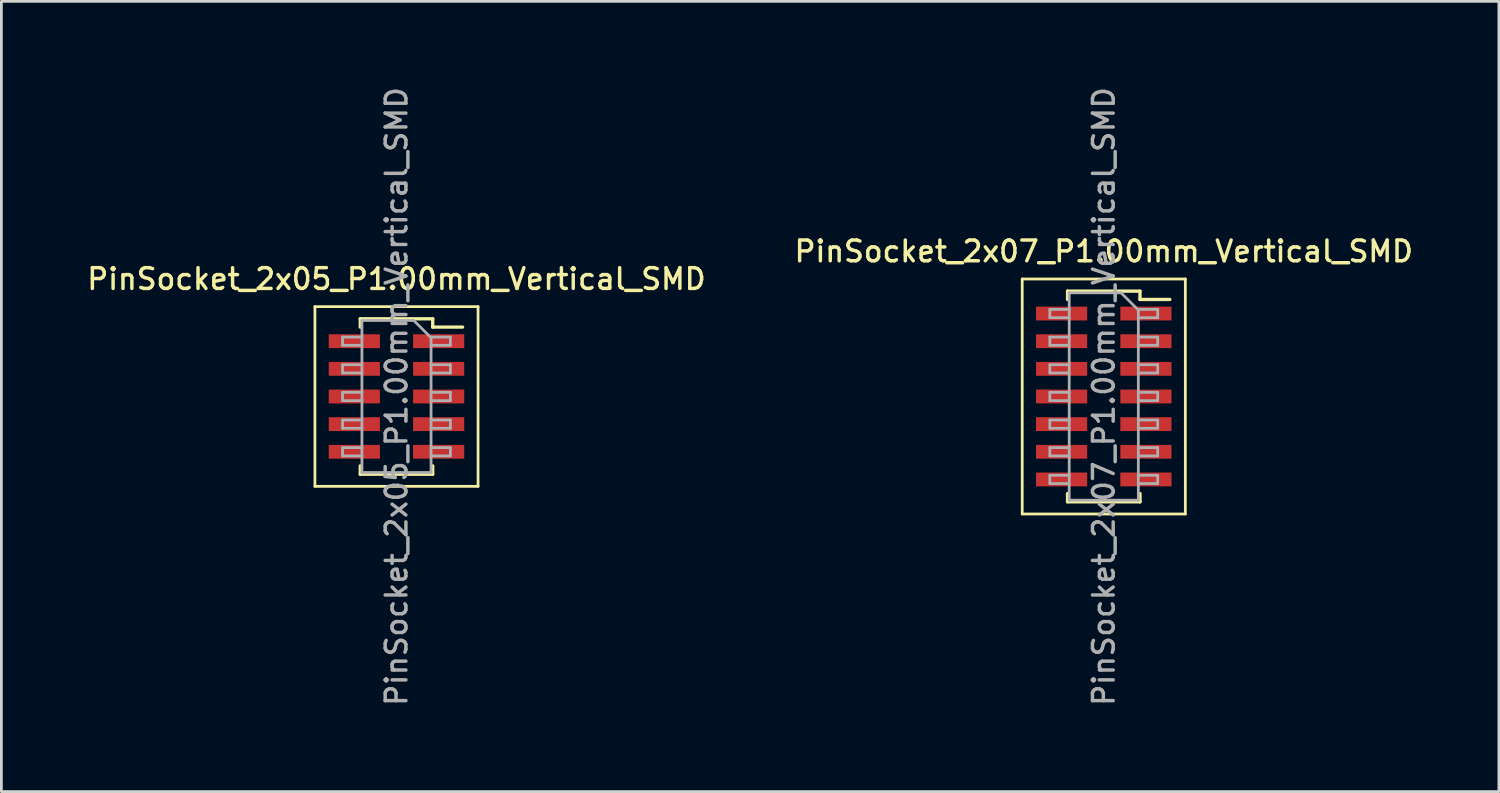
<source format=kicad_pcb>
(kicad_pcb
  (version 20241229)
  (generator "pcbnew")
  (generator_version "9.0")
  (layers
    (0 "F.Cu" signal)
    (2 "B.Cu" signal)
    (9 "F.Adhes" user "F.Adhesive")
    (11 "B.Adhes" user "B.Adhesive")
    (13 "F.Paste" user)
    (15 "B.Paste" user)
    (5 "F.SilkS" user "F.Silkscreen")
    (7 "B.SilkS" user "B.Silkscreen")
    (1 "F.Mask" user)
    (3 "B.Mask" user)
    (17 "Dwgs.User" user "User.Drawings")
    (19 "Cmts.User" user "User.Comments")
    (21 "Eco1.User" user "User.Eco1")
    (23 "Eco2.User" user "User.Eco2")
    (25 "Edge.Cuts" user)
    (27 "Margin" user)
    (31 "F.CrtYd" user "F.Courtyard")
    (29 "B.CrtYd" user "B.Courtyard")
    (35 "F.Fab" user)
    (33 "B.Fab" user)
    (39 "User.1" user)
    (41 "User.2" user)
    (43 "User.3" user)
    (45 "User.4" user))
  (footprint "PinSocket_2x07_P1.00mm_Vertical_SMD"
    (layer "F.Cu")
    (at 36.873 11.291)
    (property "Reference" "PinSocket_2x07_P1.00mm_Vertical_SMD" (at 0 -5.25 0) (layer "F.SilkS") (effects (font (size 0.75 0.75) (thickness 0.125))))
    (attr smd)
    (fp_line (start -2.95 -4.25) (end 2.95 -4.25) (stroke (width 0.1) (type solid)) (layer "F.SilkS"))
    (fp_line (start -2.95 4.25) (end -2.95 -4.25) (stroke (width 0.1) (type solid)) (layer "F.SilkS"))
    (fp_line (start -1.31 -3.81) (end -1.31 -3.51) (stroke (width 0.12) (type solid)) (layer "F.SilkS"))
    (fp_line (start -1.31 -3.81) (end 1.31 -3.81) (stroke (width 0.12) (type solid)) (layer "F.SilkS"))
    (fp_line (start -1.31 3.51) (end -1.31 3.81) (stroke (width 0.12) (type solid)) (layer "F.SilkS"))
    (fp_line (start -1.31 3.81) (end 1.31 3.81) (stroke (width 0.12) (type solid)) (layer "F.SilkS"))
    (fp_line (start 1.31 -3.81) (end 1.31 -3.51) (stroke (width 0.12) (type solid)) (layer "F.SilkS"))
    (fp_line (start 1.31 -3.51) (end 2.39 -3.51) (stroke (width 0.12) (type solid)) (layer "F.SilkS"))
    (fp_line (start 1.31 3.51) (end 1.31 3.81) (stroke (width 0.12) (type solid)) (layer "F.SilkS"))
    (fp_line (start 2.95 -4.25) (end 2.95 4.25) (stroke (width 0.1) (type solid)) (layer "F.SilkS"))
    (fp_line (start 2.95 4.25) (end -2.95 4.25) (stroke (width 0.1) (type solid)) (layer "F.SilkS"))
    (fp_line (start -1.95 -3.15) (end -1.25 -3.15) (stroke (width 0.1) (type solid)) (layer "F.Fab"))
    (fp_line (start -1.95 -2.85) (end -1.95 -3.15) (stroke (width 0.1) (type solid)) (layer "F.Fab"))
    (fp_line (start -1.95 -2.15) (end -1.25 -2.15) (stroke (width 0.1) (type solid)) (layer "F.Fab"))
    (fp_line (start -1.95 -1.85) (end -1.95 -2.15) (stroke (width 0.1) (type solid)) (layer "F.Fab"))
    (fp_line (start -1.95 -1.15) (end -1.25 -1.15) (stroke (width 0.1) (type solid)) (layer "F.Fab"))
    (fp_line (start -1.95 -0.85) (end -1.95 -1.15) (stroke (width 0.1) (type solid)) (layer "F.Fab"))
    (fp_line (start -1.95 -0.15) (end -1.25 -0.15) (stroke (width 0.1) (type solid)) (layer "F.Fab"))
    (fp_line (start -1.95 0.15) (end -1.95 -0.15) (stroke (width 0.1) (type solid)) (layer "F.Fab"))
    (fp_line (start -1.95 0.85) (end -1.25 0.85) (stroke (width 0.1) (type solid)) (layer "F.Fab"))
    (fp_line (start -1.95 1.15) (end -1.95 0.85) (stroke (width 0.1) (type solid)) (layer "F.Fab"))
    (fp_line (start -1.95 1.85) (end -1.25 1.85) (stroke (width 0.1) (type solid)) (layer "F.Fab"))
    (fp_line (start -1.95 2.15) (end -1.95 1.85) (stroke (width 0.1) (type solid)) (layer "F.Fab"))
    (fp_line (start -1.95 2.85) (end -1.25 2.85) (stroke (width 0.1) (type solid)) (layer "F.Fab"))
    (fp_line (start -1.95 3.15) (end -1.95 2.85) (stroke (width 0.1) (type solid)) (layer "F.Fab"))
    (fp_line (start -1.25 -3.75) (end 0.625 -3.75) (stroke (width 0.1) (type solid)) (layer "F.Fab"))
    (fp_line (start -1.25 -2.85) (end -1.95 -2.85) (stroke (width 0.1) (type solid)) (layer "F.Fab"))
    (fp_line (start -1.25 -1.85) (end -1.95 -1.85) (stroke (width 0.1) (type solid)) (layer "F.Fab"))
    (fp_line (start -1.25 -0.85) (end -1.95 -0.85) (stroke (width 0.1) (type solid)) (layer "F.Fab"))
    (fp_line (start -1.25 0.15) (end -1.95 0.15) (stroke (width 0.1) (type solid)) (layer "F.Fab"))
    (fp_line (start -1.25 1.15) (end -1.95 1.15) (stroke (width 0.1) (type solid)) (layer "F.Fab"))
    (fp_line (start -1.25 2.15) (end -1.95 2.15) (stroke (width 0.1) (type solid)) (layer "F.Fab"))
    (fp_line (start -1.25 3.15) (end -1.95 3.15) (stroke (width 0.1) (type solid)) (layer "F.Fab"))
    (fp_line (start -1.25 3.75) (end -1.25 -3.75) (stroke (width 0.1) (type solid)) (layer "F.Fab"))
    (fp_line (start 0.625 -3.75) (end 1.25 -3.125) (stroke (width 0.1) (type solid)) (layer "F.Fab"))
    (fp_line (start 1.25 -3.15) (end 1.95 -3.15) (stroke (width 0.1) (type solid)) (layer "F.Fab"))
    (fp_line (start 1.25 -3.125) (end 1.25 3.75) (stroke (width 0.1) (type solid)) (layer "F.Fab"))
    (fp_line (start 1.25 -2.15) (end 1.95 -2.15) (stroke (width 0.1) (type solid)) (layer "F.Fab"))
    (fp_line (start 1.25 -1.15) (end 1.95 -1.15) (stroke (width 0.1) (type solid)) (layer "F.Fab"))
    (fp_line (start 1.25 -0.15) (end 1.95 -0.15) (stroke (width 0.1) (type solid)) (layer "F.Fab"))
    (fp_line (start 1.25 0.85) (end 1.95 0.85) (stroke (width 0.1) (type solid)) (layer "F.Fab"))
    (fp_line (start 1.25 1.85) (end 1.95 1.85) (stroke (width 0.1) (type solid)) (layer "F.Fab"))
    (fp_line (start 1.25 2.85) (end 1.95 2.85) (stroke (width 0.1) (type solid)) (layer "F.Fab"))
    (fp_line (start 1.25 3.75) (end -1.25 3.75) (stroke (width 0.1) (type solid)) (layer "F.Fab"))
    (fp_line (start 1.95 -3.15) (end 1.95 -2.85) (stroke (width 0.1) (type solid)) (layer "F.Fab"))
    (fp_line (start 1.95 -2.85) (end 1.25 -2.85) (stroke (width 0.1) (type solid)) (layer "F.Fab"))
    (fp_line (start 1.95 -2.15) (end 1.95 -1.85) (stroke (width 0.1) (type solid)) (layer "F.Fab"))
    (fp_line (start 1.95 -1.85) (end 1.25 -1.85) (stroke (width 0.1) (type solid)) (layer "F.Fab"))
    (fp_line (start 1.95 -1.15) (end 1.95 -0.85) (stroke (width 0.1) (type solid)) (layer "F.Fab"))
    (fp_line (start 1.95 -0.85) (end 1.25 -0.85) (stroke (width 0.1) (type solid)) (layer "F.Fab"))
    (fp_line (start 1.95 -0.15) (end 1.95 0.15) (stroke (width 0.1) (type solid)) (layer "F.Fab"))
    (fp_line (start 1.95 0.15) (end 1.25 0.15) (stroke (width 0.1) (type solid)) (layer "F.Fab"))
    (fp_line (start 1.95 0.85) (end 1.95 1.15) (stroke (width 0.1) (type solid)) (layer "F.Fab"))
    (fp_line (start 1.95 1.15) (end 1.25 1.15) (stroke (width 0.1) (type solid)) (layer "F.Fab"))
    (fp_line (start 1.95 1.85) (end 1.95 2.15) (stroke (width 0.1) (type solid)) (layer "F.Fab"))
    (fp_line (start 1.95 2.15) (end 1.25 2.15) (stroke (width 0.1) (type solid)) (layer "F.Fab"))
    (fp_line (start 1.95 2.85) (end 1.95 3.15) (stroke (width 0.1) (type solid)) (layer "F.Fab"))
    (fp_line (start 1.95 3.15) (end 1.25 3.15) (stroke (width 0.1) (type solid)) (layer "F.Fab"))
    (fp_text user "${REFERENCE}" (at 0 0 90) (layer "F.Fab") (effects (font (size 0.75 0.75) (thickness 0.125))))
    (pad "1" smd rect (at 1.525 -3) (size 1.85 0.5) (layers "F.Cu" "F.Mask" "F.Paste"))
    (pad "2" smd rect (at -1.525 -3) (size 1.85 0.5) (layers "F.Cu" "F.Mask" "F.Paste"))
    (pad "3" smd rect (at 1.525 -2) (size 1.85 0.5) (layers "F.Cu" "F.Mask" "F.Paste"))
    (pad "4" smd rect (at -1.525 -2) (size 1.85 0.5) (layers "F.Cu" "F.Mask" "F.Paste"))
    (pad "5" smd rect (at 1.525 -1) (size 1.85 0.5) (layers "F.Cu" "F.Mask" "F.Paste"))
    (pad "6" smd rect (at -1.525 -1) (size 1.85 0.5) (layers "F.Cu" "F.Mask" "F.Paste"))
    (pad "7" smd rect (at 1.525 0) (size 1.85 0.5) (layers "F.Cu" "F.Mask" "F.Paste"))
    (pad "8" smd rect (at -1.525 0) (size 1.85 0.5) (layers "F.Cu" "F.Mask" "F.Paste"))
    (pad "9" smd rect (at 1.525 1) (size 1.85 0.5) (layers "F.Cu" "F.Mask" "F.Paste"))
    (pad "10" smd rect (at -1.525 1) (size 1.85 0.5) (layers "F.Cu" "F.Mask" "F.Paste"))
    (pad "11" smd rect (at 1.525 2) (size 1.85 0.5) (layers "F.Cu" "F.Mask" "F.Paste"))
    (pad "12" smd rect (at -1.525 2) (size 1.85 0.5) (layers "F.Cu" "F.Mask" "F.Paste"))
    (pad "13" smd rect (at 1.525 3) (size 1.85 0.5) (layers "F.Cu" "F.Mask" "F.Paste"))
    (pad "14" smd rect (at -1.525 3) (size 1.85 0.5) (layers "F.Cu" "F.Mask" "F.Paste")))
  (footprint "PinSocket_2x05_P1.00mm_Vertical_SMD"
    (layer "F.Cu")
    (at 11.291 11.291)
    (property "Reference" "PinSocket_2x05_P1.00mm_Vertical_SMD" (at 0 -4.25 0) (layer "F.SilkS") (effects (font (size 0.75 0.75) (thickness 0.125))))
    (attr smd)
    (fp_line (start -2.95 -3.25) (end 2.95 -3.25) (stroke (width 0.1) (type solid)) (layer "F.SilkS"))
    (fp_line (start -2.95 3.25) (end -2.95 -3.25) (stroke (width 0.1) (type solid)) (layer "F.SilkS"))
    (fp_line (start -1.31 -2.81) (end -1.31 -2.51) (stroke (width 0.12) (type solid)) (layer "F.SilkS"))
    (fp_line (start -1.31 -2.81) (end 1.31 -2.81) (stroke (width 0.12) (type solid)) (layer "F.SilkS"))
    (fp_line (start -1.31 2.51) (end -1.31 2.81) (stroke (width 0.12) (type solid)) (layer "F.SilkS"))
    (fp_line (start -1.31 2.81) (end 1.31 2.81) (stroke (width 0.12) (type solid)) (layer "F.SilkS"))
    (fp_line (start 1.31 -2.81) (end 1.31 -2.51) (stroke (width 0.12) (type solid)) (layer "F.SilkS"))
    (fp_line (start 1.31 -2.51) (end 2.39 -2.51) (stroke (width 0.12) (type solid)) (layer "F.SilkS"))
    (fp_line (start 1.31 2.51) (end 1.31 2.81) (stroke (width 0.12) (type solid)) (layer "F.SilkS"))
    (fp_line (start 2.95 -3.25) (end 2.95 3.25) (stroke (width 0.1) (type solid)) (layer "F.SilkS"))
    (fp_line (start 2.95 3.25) (end -2.95 3.25) (stroke (width 0.1) (type solid)) (layer "F.SilkS"))
    (fp_line (start -1.95 -2.15) (end -1.25 -2.15) (stroke (width 0.1) (type solid)) (layer "F.Fab"))
    (fp_line (start -1.95 -1.85) (end -1.95 -2.15) (stroke (width 0.1) (type solid)) (layer "F.Fab"))
    (fp_line (start -1.95 -1.15) (end -1.25 -1.15) (stroke (width 0.1) (type solid)) (layer "F.Fab"))
    (fp_line (start -1.95 -0.85) (end -1.95 -1.15) (stroke (width 0.1) (type solid)) (layer "F.Fab"))
    (fp_line (start -1.95 -0.15) (end -1.25 -0.15) (stroke (width 0.1) (type solid)) (layer "F.Fab"))
    (fp_line (start -1.95 0.15) (end -1.95 -0.15) (stroke (width 0.1) (type solid)) (layer "F.Fab"))
    (fp_line (start -1.95 0.85) (end -1.25 0.85) (stroke (width 0.1) (type solid)) (layer "F.Fab"))
    (fp_line (start -1.95 1.15) (end -1.95 0.85) (stroke (width 0.1) (type solid)) (layer "F.Fab"))
    (fp_line (start -1.95 1.85) (end -1.25 1.85) (stroke (width 0.1) (type solid)) (layer "F.Fab"))
    (fp_line (start -1.95 2.15) (end -1.95 1.85) (stroke (width 0.1) (type solid)) (layer "F.Fab"))
    (fp_line (start -1.25 -2.75) (end 0.625 -2.75) (stroke (width 0.1) (type solid)) (layer "F.Fab"))
    (fp_line (start -1.25 -1.85) (end -1.95 -1.85) (stroke (width 0.1) (type solid)) (layer "F.Fab"))
    (fp_line (start -1.25 -0.85) (end -1.95 -0.85) (stroke (width 0.1) (type solid)) (layer "F.Fab"))
    (fp_line (start -1.25 0.15) (end -1.95 0.15) (stroke (width 0.1) (type solid)) (layer "F.Fab"))
    (fp_line (start -1.25 1.15) (end -1.95 1.15) (stroke (width 0.1) (type solid)) (layer "F.Fab"))
    (fp_line (start -1.25 2.15) (end -1.95 2.15) (stroke (width 0.1) (type solid)) (layer "F.Fab"))
    (fp_line (start -1.25 2.75) (end -1.25 -2.75) (stroke (width 0.1) (type solid)) (layer "F.Fab"))
    (fp_line (start 0.625 -2.75) (end 1.25 -2.125) (stroke (width 0.1) (type solid)) (layer "F.Fab"))
    (fp_line (start 1.25 -2.15) (end 1.95 -2.15) (stroke (width 0.1) (type solid)) (layer "F.Fab"))
    (fp_line (start 1.25 -2.125) (end 1.25 2.75) (stroke (width 0.1) (type solid)) (layer "F.Fab"))
    (fp_line (start 1.25 -1.15) (end 1.95 -1.15) (stroke (width 0.1) (type solid)) (layer "F.Fab"))
    (fp_line (start 1.25 -0.15) (end 1.95 -0.15) (stroke (width 0.1) (type solid)) (layer "F.Fab"))
    (fp_line (start 1.25 0.85) (end 1.95 0.85) (stroke (width 0.1) (type solid)) (layer "F.Fab"))
    (fp_line (start 1.25 1.85) (end 1.95 1.85) (stroke (width 0.1) (type solid)) (layer "F.Fab"))
    (fp_line (start 1.25 2.75) (end -1.25 2.75) (stroke (width 0.1) (type solid)) (layer "F.Fab"))
    (fp_line (start 1.95 -2.15) (end 1.95 -1.85) (stroke (width 0.1) (type solid)) (layer "F.Fab"))
    (fp_line (start 1.95 -1.85) (end 1.25 -1.85) (stroke (width 0.1) (type solid)) (layer "F.Fab"))
    (fp_line (start 1.95 -1.15) (end 1.95 -0.85) (stroke (width 0.1) (type solid)) (layer "F.Fab"))
    (fp_line (start 1.95 -0.85) (end 1.25 -0.85) (stroke (width 0.1) (type solid)) (layer "F.Fab"))
    (fp_line (start 1.95 -0.15) (end 1.95 0.15) (stroke (width 0.1) (type solid)) (layer "F.Fab"))
    (fp_line (start 1.95 0.15) (end 1.25 0.15) (stroke (width 0.1) (type solid)) (layer "F.Fab"))
    (fp_line (start 1.95 0.85) (end 1.95 1.15) (stroke (width 0.1) (type solid)) (layer "F.Fab"))
    (fp_line (start 1.95 1.15) (end 1.25 1.15) (stroke (width 0.1) (type solid)) (layer "F.Fab"))
    (fp_line (start 1.95 1.85) (end 1.95 2.15) (stroke (width 0.1) (type solid)) (layer "F.Fab"))
    (fp_line (start 1.95 2.15) (end 1.25 2.15) (stroke (width 0.1) (type solid)) (layer "F.Fab"))
    (fp_text user "${REFERENCE}" (at 0 0 90) (layer "F.Fab") (effects (font (size 0.75 0.75) (thickness 0.125))))
    (pad "1" smd rect (at 1.525 -2) (size 1.85 0.5) (layers "F.Cu" "F.Mask" "F.Paste"))
    (pad "2" smd rect (at -1.525 -2) (size 1.85 0.5) (layers "F.Cu" "F.Mask" "F.Paste"))
    (pad "3" smd rect (at 1.525 -1) (size 1.85 0.5) (layers "F.Cu" "F.Mask" "F.Paste"))
    (pad "4" smd rect (at -1.525 -1) (size 1.85 0.5) (layers "F.Cu" "F.Mask" "F.Paste"))
    (pad "5" smd rect (at 1.525 0) (size 1.85 0.5) (layers "F.Cu" "F.Mask" "F.Paste"))
    (pad "6" smd rect (at -1.525 0) (size 1.85 0.5) (layers "F.Cu" "F.Mask" "F.Paste"))
    (pad "7" smd rect (at 1.525 1) (size 1.85 0.5) (layers "F.Cu" "F.Mask" "F.Paste"))
    (pad "8" smd rect (at -1.525 1) (size 1.85 0.5) (layers "F.Cu" "F.Mask" "F.Paste"))
    (pad "9" smd rect (at 1.525 2) (size 1.85 0.5) (layers "F.Cu" "F.Mask" "F.Paste"))
    (pad "10" smd rect (at -1.525 2) (size 1.85 0.5) (layers "F.Cu" "F.Mask" "F.Paste")))
  (gr_rect
    (start -3 -3)
    (end 51.164 25.582)
    (stroke (width 0.1) (type default))
    (fill no)
    (layer "Edge.Cuts")))
</source>
